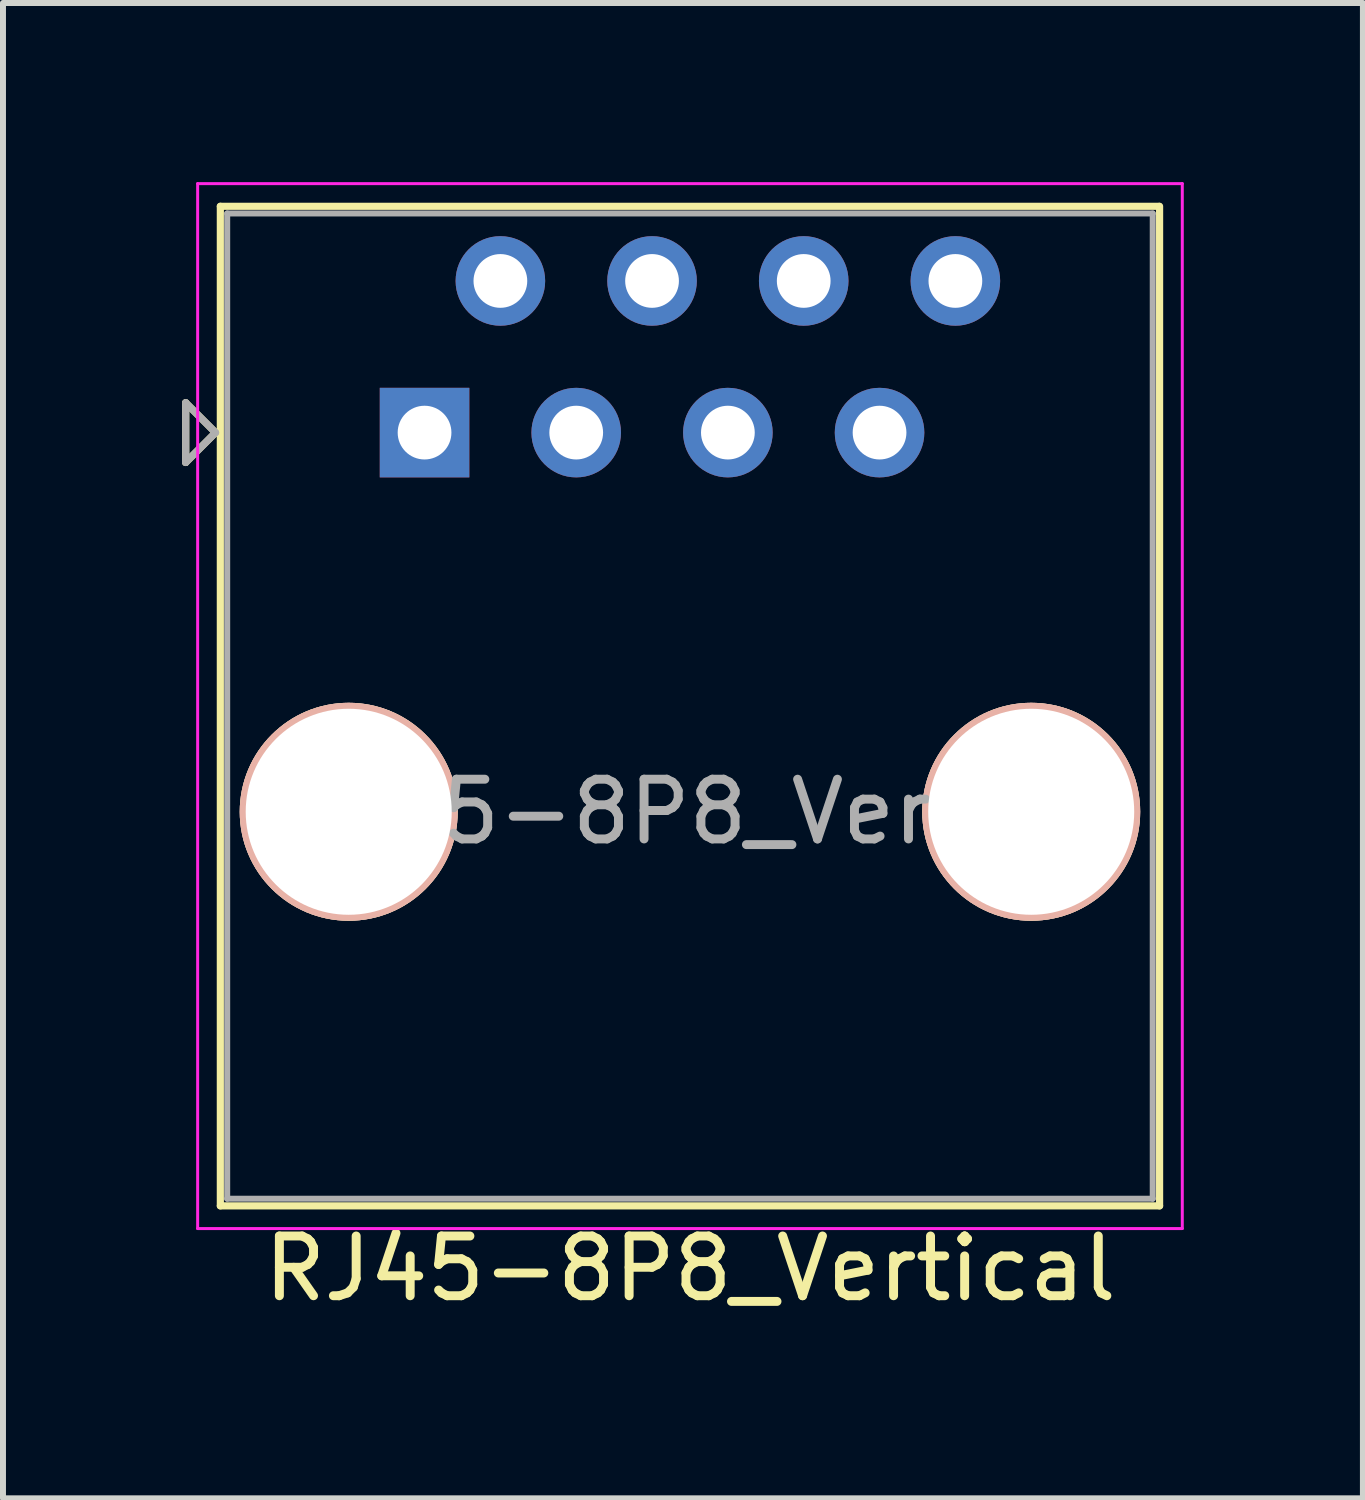
<source format=kicad_pcb>
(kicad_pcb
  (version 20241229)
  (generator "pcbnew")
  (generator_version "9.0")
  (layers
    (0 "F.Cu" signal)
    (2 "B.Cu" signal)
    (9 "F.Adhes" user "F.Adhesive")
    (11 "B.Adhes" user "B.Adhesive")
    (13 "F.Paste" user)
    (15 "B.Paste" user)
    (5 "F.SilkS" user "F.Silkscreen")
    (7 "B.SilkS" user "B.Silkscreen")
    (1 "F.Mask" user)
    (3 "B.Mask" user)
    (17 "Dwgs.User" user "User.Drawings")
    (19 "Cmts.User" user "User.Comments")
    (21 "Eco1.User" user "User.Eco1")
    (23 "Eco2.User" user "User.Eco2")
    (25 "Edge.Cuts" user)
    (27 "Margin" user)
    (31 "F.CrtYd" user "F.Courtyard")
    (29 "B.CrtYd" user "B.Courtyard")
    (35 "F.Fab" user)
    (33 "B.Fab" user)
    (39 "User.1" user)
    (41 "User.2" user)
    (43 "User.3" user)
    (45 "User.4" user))
  (footprint "RJ45-8P8_Vertical"
    (layer "F.Cu")
    (at 4.06 4.195)
    (property "Reference" "RJ45-8P8_Vertical" (at 4.45 14 0) (layer "F.SilkS") (effects (font (size 1 1) (thickness 0.15))))
    (attr through_hole)
    (fp_line (start -4 -0.5) (end -4 0.5) (stroke (width 0.12) (type solid)) (layer "F.SilkS"))
    (fp_line (start -4 0.5) (end -3.5 0) (stroke (width 0.12) (type solid)) (layer "F.SilkS"))
    (fp_line (start -3.5 0) (end -4 -0.5) (stroke (width 0.12) (type solid)) (layer "F.SilkS"))
    (fp_line (start -3.42 -3.79) (end -3.42 12.95) (stroke (width 0.12) (type solid)) (layer "F.SilkS"))
    (fp_line (start 12.3 -3.79) (end -3.42 -3.79) (stroke (width 0.12) (type solid)) (layer "F.SilkS"))
    (fp_line (start 12.31 -3.79) (end 12.31 12.95) (stroke (width 0.12) (type solid)) (layer "F.SilkS"))
    (fp_line (start 12.31 12.95) (end -3.42 12.95) (stroke (width 0.12) (type solid)) (layer "F.SilkS"))
    (fp_line (start -3.8 -4.17) (end -3.8 13.33) (stroke (width 0.05) (type solid)) (layer "F.CrtYd"))
    (fp_line (start -3.8 -4.17) (end 12.69 -4.17) (stroke (width 0.05) (type solid)) (layer "F.CrtYd"))
    (fp_line (start -3.8 13.33) (end 12.69 13.33) (stroke (width 0.05) (type solid)) (layer "F.CrtYd"))
    (fp_line (start 12.69 -4.17) (end 12.69 13.33) (stroke (width 0.05) (type solid)) (layer "F.CrtYd"))
    (fp_line (start -4 -0.5) (end -4 0.5) (stroke (width 0.12) (type solid)) (layer "F.Fab"))
    (fp_line (start -4 0.5) (end -3.5 0) (stroke (width 0.12) (type solid)) (layer "F.Fab"))
    (fp_line (start -3.5 0) (end -4 -0.5) (stroke (width 0.12) (type solid)) (layer "F.Fab"))
    (fp_line (start -3.305 -3.67) (end -3.305 12.83) (stroke (width 0.1) (type solid)) (layer "F.Fab"))
    (fp_line (start 12.195 -3.67) (end -3.305 -3.67) (stroke (width 0.1) (type solid)) (layer "F.Fab"))
    (fp_line (start 12.195 -3.67) (end 12.195 12.83) (stroke (width 0.1) (type solid)) (layer "F.Fab"))
    (fp_line (start 12.195 12.83) (end -3.305 12.83) (stroke (width 0.1) (type solid)) (layer "F.Fab"))
    (fp_text user "${REFERENCE}" (at 4.7 6.35 0) (layer "F.Fab") (effects (font (size 1 1) (thickness 0.15))))
    (pad "" np_thru_hole circle (at -1.27 6.35) (size 3.65 3.65) (drill 3.45) (layers "*.Cu" "*.SilkS" "*.Mask"))
    (pad "" np_thru_hole circle (at 10.16 6.35) (size 3.65 3.65) (drill 3.45) (layers "*.Cu" "*.SilkS" "*.Mask"))
    (pad "1" thru_hole rect (at 0 0) (size 1.5 1.5) (drill 0.9) (layers "*.Cu" "*.Mask"))
    (pad "2" thru_hole circle (at 1.27 -2.54) (size 1.5 1.5) (drill 0.9) (layers "*.Cu" "*.Mask"))
    (pad "3" thru_hole circle (at 2.54 0) (size 1.5 1.5) (drill 0.9) (layers "*.Cu" "*.Mask"))
    (pad "4" thru_hole circle (at 3.81 -2.54) (size 1.5 1.5) (drill 0.9) (layers "*.Cu" "*.Mask"))
    (pad "5" thru_hole circle (at 5.08 0) (size 1.5 1.5) (drill 0.9) (layers "*.Cu" "*.Mask"))
    (pad "6" thru_hole circle (at 6.35 -2.54) (size 1.5 1.5) (drill 0.9) (layers "*.Cu" "*.Mask"))
    (pad "7" thru_hole circle (at 7.62 0) (size 1.5 1.5) (drill 0.9) (layers "*.Cu" "*.Mask"))
    (pad "8" thru_hole circle (at 8.89 -2.54) (size 1.5 1.5) (drill 0.9) (layers "*.Cu" "*.Mask")))
  (gr_rect
    (start -3 -3)
    (end 19.775 22.043)
    (stroke (width 0.1) (type default))
    (fill no)
    (layer "Edge.Cuts")))
</source>
